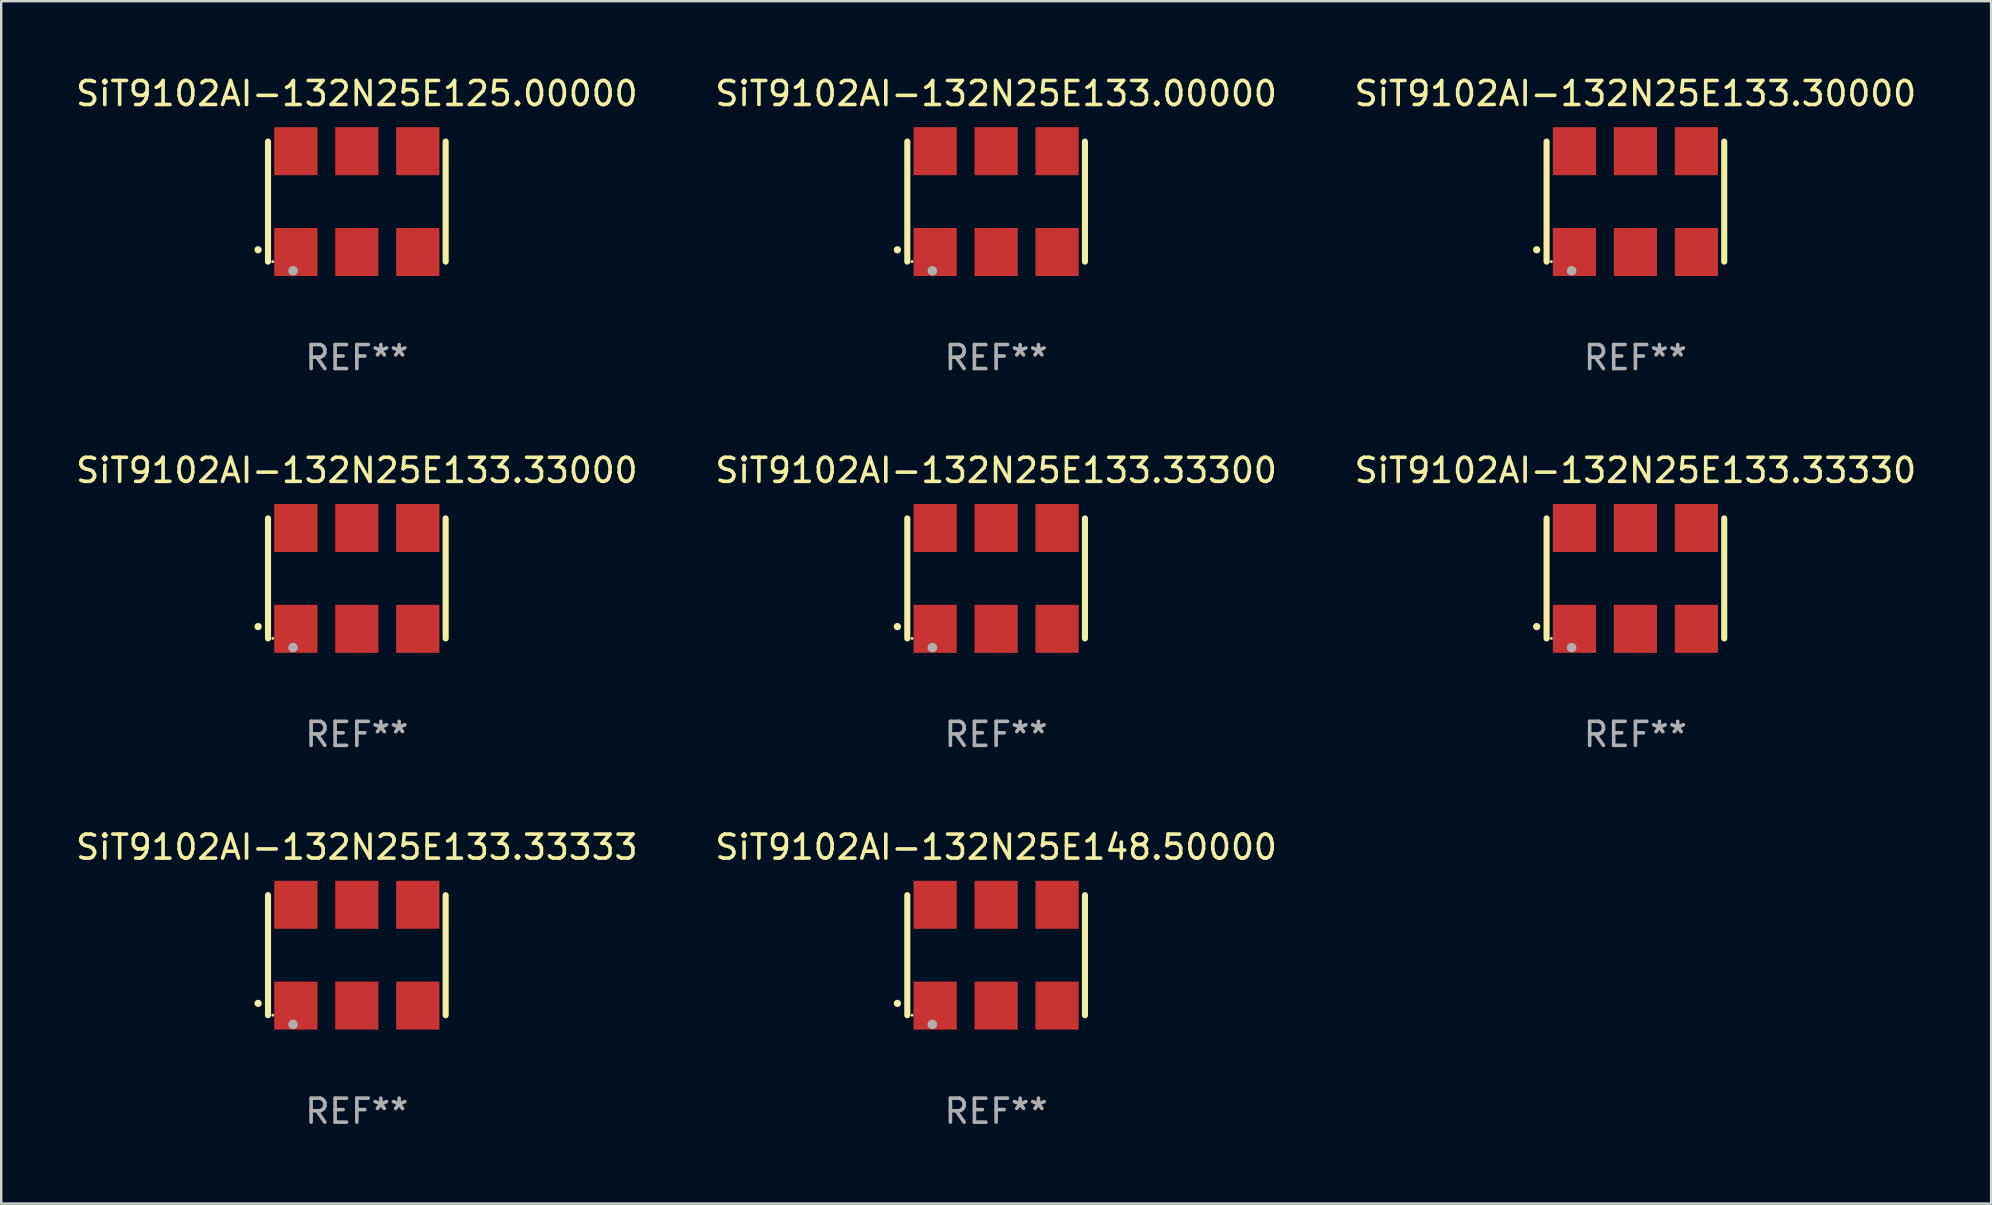
<source format=kicad_pcb>
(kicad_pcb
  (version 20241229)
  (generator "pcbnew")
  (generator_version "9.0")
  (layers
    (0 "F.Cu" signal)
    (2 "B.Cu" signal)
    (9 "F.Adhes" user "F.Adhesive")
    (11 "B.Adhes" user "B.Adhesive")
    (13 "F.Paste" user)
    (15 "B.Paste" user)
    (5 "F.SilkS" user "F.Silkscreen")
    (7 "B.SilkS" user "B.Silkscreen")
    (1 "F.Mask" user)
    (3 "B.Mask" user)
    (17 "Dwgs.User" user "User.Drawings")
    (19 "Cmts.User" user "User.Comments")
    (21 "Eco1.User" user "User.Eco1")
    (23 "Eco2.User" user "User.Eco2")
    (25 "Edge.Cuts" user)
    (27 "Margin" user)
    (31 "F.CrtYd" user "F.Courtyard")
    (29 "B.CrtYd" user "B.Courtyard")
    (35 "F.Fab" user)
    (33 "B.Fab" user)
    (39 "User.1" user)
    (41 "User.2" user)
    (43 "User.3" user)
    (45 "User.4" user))
  (footprint "SiT9102AI-132N25E133.33300"
    (layer "F.Cu")
    (at 38.446 21.045)
    (property "Reference" "SiT9102AI-132N25E133.33300" (at 0 -4.5 0) (layer "F.SilkS") (effects (font (size 1 1) (thickness 0.15))))
    (attr through_hole)
    (fp_line (start -3.7 -2.5) (end -3.7 2.5) (stroke (width 0.254) (type solid)) (layer "F.SilkS"))
    (fp_line (start 3.7 -2.5) (end 3.7 2.5) (stroke (width 0.254) (type solid)) (layer "F.SilkS"))
    (fp_arc (start -4.114415 2.006604) (mid -4.113145 2.006599) (end -4.111875 2.006604) (stroke (width 0.3) (type solid)) (layer "F.SilkS"))
    (fp_circle (center -3.502 2.5) (end -3.472 2.5) (stroke (width 0.06) (type solid)) (fill no) (layer "F.SilkS"))
    (fp_circle (center -2.657 2.882) (end -2.557 2.882) (stroke (width 0.2) (type solid)) (fill no) (layer "F.Fab"))
    (fp_text user "REF**" (at 0 6.5 0) (layer "F.Fab") (effects (font (size 1 1) (thickness 0.15))))
    (pad "1" smd rect (at -2.54 2.1) (size 1.8 2) (layers "F.Cu" "F.Mask" "F.Paste"))
    (pad "2" smd rect (at 0.000394 2.1) (size 1.8 2) (layers "F.Cu" "F.Mask" "F.Paste"))
    (pad "3" smd rect (at 2.54 2.1) (size 1.8 2) (layers "F.Cu" "F.Mask" "F.Paste"))
    (pad "4" smd rect (at 2.54 -2.1) (size 1.8 2) (layers "F.Cu" "F.Mask" "F.Paste"))
    (pad "5" smd rect (at 0.000394 -2.1) (size 1.8 2) (layers "F.Cu" "F.Mask" "F.Paste"))
    (pad "6" smd rect (at -2.54 -2.1) (size 1.8 2) (layers "F.Cu" "F.Mask" "F.Paste")))
  (footprint "SiT9102AI-132N25E133.33330"
    (layer "F.Cu")
    (at 65.077 21.045)
    (property "Reference" "SiT9102AI-132N25E133.33330" (at 0 -4.5 0) (layer "F.SilkS") (effects (font (size 1 1) (thickness 0.15))))
    (attr through_hole)
    (fp_line (start -3.7 -2.5) (end -3.7 2.5) (stroke (width 0.254) (type solid)) (layer "F.SilkS"))
    (fp_line (start 3.7 -2.5) (end 3.7 2.5) (stroke (width 0.254) (type solid)) (layer "F.SilkS"))
    (fp_arc (start -4.114415 2.006604) (mid -4.113145 2.006599) (end -4.111875 2.006604) (stroke (width 0.3) (type solid)) (layer "F.SilkS"))
    (fp_circle (center -3.502 2.5) (end -3.472 2.5) (stroke (width 0.06) (type solid)) (fill no) (layer "F.SilkS"))
    (fp_circle (center -2.657 2.882) (end -2.557 2.882) (stroke (width 0.2) (type solid)) (fill no) (layer "F.Fab"))
    (fp_text user "REF**" (at 0 6.5 0) (layer "F.Fab") (effects (font (size 1 1) (thickness 0.15))))
    (pad "1" smd rect (at -2.54 2.1) (size 1.8 2) (layers "F.Cu" "F.Mask" "F.Paste"))
    (pad "2" smd rect (at 0.000394 2.1) (size 1.8 2) (layers "F.Cu" "F.Mask" "F.Paste"))
    (pad "3" smd rect (at 2.54 2.1) (size 1.8 2) (layers "F.Cu" "F.Mask" "F.Paste"))
    (pad "4" smd rect (at 2.54 -2.1) (size 1.8 2) (layers "F.Cu" "F.Mask" "F.Paste"))
    (pad "5" smd rect (at 0.000394 -2.1) (size 1.8 2) (layers "F.Cu" "F.Mask" "F.Paste"))
    (pad "6" smd rect (at -2.54 -2.1) (size 1.8 2) (layers "F.Cu" "F.Mask" "F.Paste")))
  (footprint "SiT9102AI-132N25E133.33333"
    (layer "F.Cu")
    (at 11.815 36.741)
    (property "Reference" "SiT9102AI-132N25E133.33333" (at 0 -4.5 0) (layer "F.SilkS") (effects (font (size 1 1) (thickness 0.15))))
    (attr through_hole)
    (fp_line (start -3.7 -2.5) (end -3.7 2.5) (stroke (width 0.254) (type solid)) (layer "F.SilkS"))
    (fp_line (start 3.7 -2.5) (end 3.7 2.5) (stroke (width 0.254) (type solid)) (layer "F.SilkS"))
    (fp_arc (start -4.114415 2.006604) (mid -4.113145 2.006599) (end -4.111875 2.006604) (stroke (width 0.3) (type solid)) (layer "F.SilkS"))
    (fp_circle (center -3.502 2.5) (end -3.472 2.5) (stroke (width 0.06) (type solid)) (fill no) (layer "F.SilkS"))
    (fp_circle (center -2.657 2.882) (end -2.557 2.882) (stroke (width 0.2) (type solid)) (fill no) (layer "F.Fab"))
    (fp_text user "REF**" (at 0 6.5 0) (layer "F.Fab") (effects (font (size 1 1) (thickness 0.15))))
    (pad "1" smd rect (at -2.54 2.1) (size 1.8 2) (layers "F.Cu" "F.Mask" "F.Paste"))
    (pad "2" smd rect (at 0.000394 2.1) (size 1.8 2) (layers "F.Cu" "F.Mask" "F.Paste"))
    (pad "3" smd rect (at 2.54 2.1) (size 1.8 2) (layers "F.Cu" "F.Mask" "F.Paste"))
    (pad "4" smd rect (at 2.54 -2.1) (size 1.8 2) (layers "F.Cu" "F.Mask" "F.Paste"))
    (pad "5" smd rect (at 0.000394 -2.1) (size 1.8 2) (layers "F.Cu" "F.Mask" "F.Paste"))
    (pad "6" smd rect (at -2.54 -2.1) (size 1.8 2) (layers "F.Cu" "F.Mask" "F.Paste")))
  (footprint "SiT9102AI-132N25E133.00000"
    (layer "F.Cu")
    (at 38.446 5.348)
    (property "Reference" "SiT9102AI-132N25E133.00000" (at 0 -4.5 0) (layer "F.SilkS") (effects (font (size 1 1) (thickness 0.15))))
    (attr through_hole)
    (fp_line (start -3.7 -2.5) (end -3.7 2.5) (stroke (width 0.254) (type solid)) (layer "F.SilkS"))
    (fp_line (start 3.7 -2.5) (end 3.7 2.5) (stroke (width 0.254) (type solid)) (layer "F.SilkS"))
    (fp_arc (start -4.114415 2.006604) (mid -4.113145 2.006599) (end -4.111875 2.006604) (stroke (width 0.3) (type solid)) (layer "F.SilkS"))
    (fp_circle (center -3.502 2.5) (end -3.472 2.5) (stroke (width 0.06) (type solid)) (fill no) (layer "F.SilkS"))
    (fp_circle (center -2.657 2.882) (end -2.557 2.882) (stroke (width 0.2) (type solid)) (fill no) (layer "F.Fab"))
    (fp_text user "REF**" (at 0 6.5 0) (layer "F.Fab") (effects (font (size 1 1) (thickness 0.15))))
    (pad "1" smd rect (at -2.54 2.1) (size 1.8 2) (layers "F.Cu" "F.Mask" "F.Paste"))
    (pad "2" smd rect (at 0.000394 2.1) (size 1.8 2) (layers "F.Cu" "F.Mask" "F.Paste"))
    (pad "3" smd rect (at 2.54 2.1) (size 1.8 2) (layers "F.Cu" "F.Mask" "F.Paste"))
    (pad "4" smd rect (at 2.54 -2.1) (size 1.8 2) (layers "F.Cu" "F.Mask" "F.Paste"))
    (pad "5" smd rect (at 0.000394 -2.1) (size 1.8 2) (layers "F.Cu" "F.Mask" "F.Paste"))
    (pad "6" smd rect (at -2.54 -2.1) (size 1.8 2) (layers "F.Cu" "F.Mask" "F.Paste")))
  (footprint "SiT9102AI-132N25E133.30000"
    (layer "F.Cu")
    (at 65.077 5.348)
    (property "Reference" "SiT9102AI-132N25E133.30000" (at 0 -4.5 0) (layer "F.SilkS") (effects (font (size 1 1) (thickness 0.15))))
    (attr through_hole)
    (fp_line (start -3.7 -2.5) (end -3.7 2.5) (stroke (width 0.254) (type solid)) (layer "F.SilkS"))
    (fp_line (start 3.7 -2.5) (end 3.7 2.5) (stroke (width 0.254) (type solid)) (layer "F.SilkS"))
    (fp_arc (start -4.114415 2.006604) (mid -4.113145 2.006599) (end -4.111875 2.006604) (stroke (width 0.3) (type solid)) (layer "F.SilkS"))
    (fp_circle (center -3.502 2.5) (end -3.472 2.5) (stroke (width 0.06) (type solid)) (fill no) (layer "F.SilkS"))
    (fp_circle (center -2.657 2.882) (end -2.557 2.882) (stroke (width 0.2) (type solid)) (fill no) (layer "F.Fab"))
    (fp_text user "REF**" (at 0 6.5 0) (layer "F.Fab") (effects (font (size 1 1) (thickness 0.15))))
    (pad "1" smd rect (at -2.54 2.1) (size 1.8 2) (layers "F.Cu" "F.Mask" "F.Paste"))
    (pad "2" smd rect (at 0.000394 2.1) (size 1.8 2) (layers "F.Cu" "F.Mask" "F.Paste"))
    (pad "3" smd rect (at 2.54 2.1) (size 1.8 2) (layers "F.Cu" "F.Mask" "F.Paste"))
    (pad "4" smd rect (at 2.54 -2.1) (size 1.8 2) (layers "F.Cu" "F.Mask" "F.Paste"))
    (pad "5" smd rect (at 0.000394 -2.1) (size 1.8 2) (layers "F.Cu" "F.Mask" "F.Paste"))
    (pad "6" smd rect (at -2.54 -2.1) (size 1.8 2) (layers "F.Cu" "F.Mask" "F.Paste")))
  (footprint "SiT9102AI-132N25E148.50000"
    (layer "F.Cu")
    (at 38.446 36.741)
    (property "Reference" "SiT9102AI-132N25E148.50000" (at 0 -4.5 0) (layer "F.SilkS") (effects (font (size 1 1) (thickness 0.15))))
    (attr through_hole)
    (fp_line (start -3.7 -2.5) (end -3.7 2.5) (stroke (width 0.254) (type solid)) (layer "F.SilkS"))
    (fp_line (start 3.7 -2.5) (end 3.7 2.5) (stroke (width 0.254) (type solid)) (layer "F.SilkS"))
    (fp_arc (start -4.114415 2.006604) (mid -4.113145 2.006599) (end -4.111875 2.006604) (stroke (width 0.3) (type solid)) (layer "F.SilkS"))
    (fp_circle (center -3.502 2.5) (end -3.472 2.5) (stroke (width 0.06) (type solid)) (fill no) (layer "F.SilkS"))
    (fp_circle (center -2.657 2.882) (end -2.557 2.882) (stroke (width 0.2) (type solid)) (fill no) (layer "F.Fab"))
    (fp_text user "REF**" (at 0 6.5 0) (layer "F.Fab") (effects (font (size 1 1) (thickness 0.15))))
    (pad "1" smd rect (at -2.54 2.1) (size 1.8 2) (layers "F.Cu" "F.Mask" "F.Paste"))
    (pad "2" smd rect (at 0.000394 2.1) (size 1.8 2) (layers "F.Cu" "F.Mask" "F.Paste"))
    (pad "3" smd rect (at 2.54 2.1) (size 1.8 2) (layers "F.Cu" "F.Mask" "F.Paste"))
    (pad "4" smd rect (at 2.54 -2.1) (size 1.8 2) (layers "F.Cu" "F.Mask" "F.Paste"))
    (pad "5" smd rect (at 0.000394 -2.1) (size 1.8 2) (layers "F.Cu" "F.Mask" "F.Paste"))
    (pad "6" smd rect (at -2.54 -2.1) (size 1.8 2) (layers "F.Cu" "F.Mask" "F.Paste")))
  (footprint "SiT9102AI-132N25E125.00000"
    (layer "F.Cu")
    (at 11.815 5.348)
    (property "Reference" "SiT9102AI-132N25E125.00000" (at 0 -4.5 0) (layer "F.SilkS") (effects (font (size 1 1) (thickness 0.15))))
    (attr through_hole)
    (fp_line (start -3.7 -2.5) (end -3.7 2.5) (stroke (width 0.254) (type solid)) (layer "F.SilkS"))
    (fp_line (start 3.7 -2.5) (end 3.7 2.5) (stroke (width 0.254) (type solid)) (layer "F.SilkS"))
    (fp_arc (start -4.114415 2.006604) (mid -4.113145 2.006599) (end -4.111875 2.006604) (stroke (width 0.3) (type solid)) (layer "F.SilkS"))
    (fp_circle (center -3.502 2.5) (end -3.472 2.5) (stroke (width 0.06) (type solid)) (fill no) (layer "F.SilkS"))
    (fp_circle (center -2.657 2.882) (end -2.557 2.882) (stroke (width 0.2) (type solid)) (fill no) (layer "F.Fab"))
    (fp_text user "REF**" (at 0 6.5 0) (layer "F.Fab") (effects (font (size 1 1) (thickness 0.15))))
    (pad "1" smd rect (at -2.54 2.1) (size 1.8 2) (layers "F.Cu" "F.Mask" "F.Paste"))
    (pad "2" smd rect (at 0.000394 2.1) (size 1.8 2) (layers "F.Cu" "F.Mask" "F.Paste"))
    (pad "3" smd rect (at 2.54 2.1) (size 1.8 2) (layers "F.Cu" "F.Mask" "F.Paste"))
    (pad "4" smd rect (at 2.54 -2.1) (size 1.8 2) (layers "F.Cu" "F.Mask" "F.Paste"))
    (pad "5" smd rect (at 0.000394 -2.1) (size 1.8 2) (layers "F.Cu" "F.Mask" "F.Paste"))
    (pad "6" smd rect (at -2.54 -2.1) (size 1.8 2) (layers "F.Cu" "F.Mask" "F.Paste")))
  (footprint "SiT9102AI-132N25E133.33000"
    (layer "F.Cu")
    (at 11.815 21.045)
    (property "Reference" "SiT9102AI-132N25E133.33000" (at 0 -4.5 0) (layer "F.SilkS") (effects (font (size 1 1) (thickness 0.15))))
    (attr through_hole)
    (fp_line (start -3.7 -2.5) (end -3.7 2.5) (stroke (width 0.254) (type solid)) (layer "F.SilkS"))
    (fp_line (start 3.7 -2.5) (end 3.7 2.5) (stroke (width 0.254) (type solid)) (layer "F.SilkS"))
    (fp_arc (start -4.114415 2.006604) (mid -4.113145 2.006599) (end -4.111875 2.006604) (stroke (width 0.3) (type solid)) (layer "F.SilkS"))
    (fp_circle (center -3.502 2.5) (end -3.472 2.5) (stroke (width 0.06) (type solid)) (fill no) (layer "F.SilkS"))
    (fp_circle (center -2.657 2.882) (end -2.557 2.882) (stroke (width 0.2) (type solid)) (fill no) (layer "F.Fab"))
    (fp_text user "REF**" (at 0 6.5 0) (layer "F.Fab") (effects (font (size 1 1) (thickness 0.15))))
    (pad "1" smd rect (at -2.54 2.1) (size 1.8 2) (layers "F.Cu" "F.Mask" "F.Paste"))
    (pad "2" smd rect (at 0.000394 2.1) (size 1.8 2) (layers "F.Cu" "F.Mask" "F.Paste"))
    (pad "3" smd rect (at 2.54 2.1) (size 1.8 2) (layers "F.Cu" "F.Mask" "F.Paste"))
    (pad "4" smd rect (at 2.54 -2.1) (size 1.8 2) (layers "F.Cu" "F.Mask" "F.Paste"))
    (pad "5" smd rect (at 0.000394 -2.1) (size 1.8 2) (layers "F.Cu" "F.Mask" "F.Paste"))
    (pad "6" smd rect (at -2.54 -2.1) (size 1.8 2) (layers "F.Cu" "F.Mask" "F.Paste")))
  (gr_rect
    (start -3 -3)
    (end 79.893 47.09)
    (stroke (width 0.1) (type default))
    (fill no)
    (layer "Edge.Cuts")))
</source>
